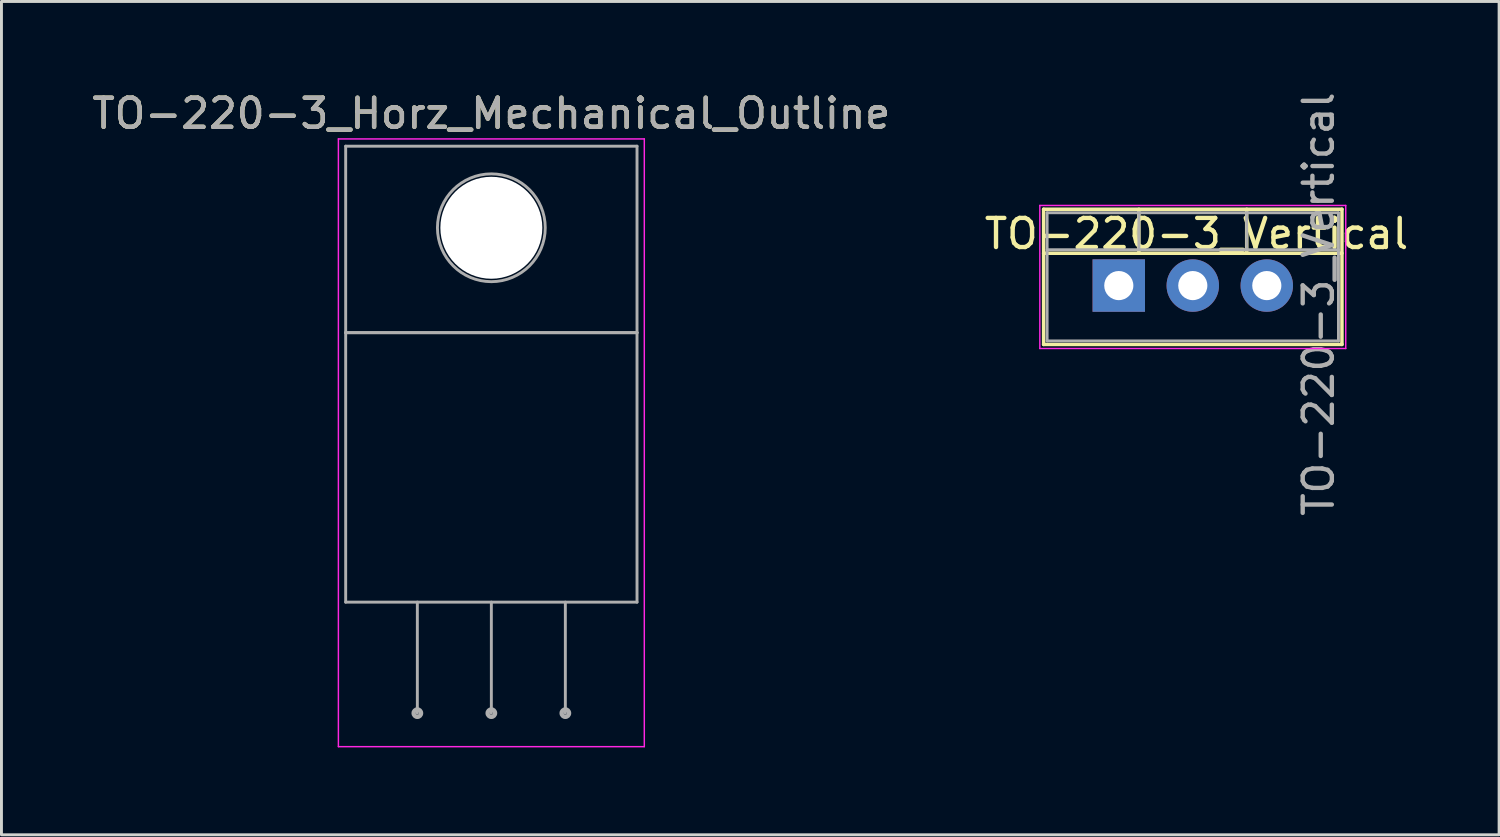
<source format=kicad_pcb>
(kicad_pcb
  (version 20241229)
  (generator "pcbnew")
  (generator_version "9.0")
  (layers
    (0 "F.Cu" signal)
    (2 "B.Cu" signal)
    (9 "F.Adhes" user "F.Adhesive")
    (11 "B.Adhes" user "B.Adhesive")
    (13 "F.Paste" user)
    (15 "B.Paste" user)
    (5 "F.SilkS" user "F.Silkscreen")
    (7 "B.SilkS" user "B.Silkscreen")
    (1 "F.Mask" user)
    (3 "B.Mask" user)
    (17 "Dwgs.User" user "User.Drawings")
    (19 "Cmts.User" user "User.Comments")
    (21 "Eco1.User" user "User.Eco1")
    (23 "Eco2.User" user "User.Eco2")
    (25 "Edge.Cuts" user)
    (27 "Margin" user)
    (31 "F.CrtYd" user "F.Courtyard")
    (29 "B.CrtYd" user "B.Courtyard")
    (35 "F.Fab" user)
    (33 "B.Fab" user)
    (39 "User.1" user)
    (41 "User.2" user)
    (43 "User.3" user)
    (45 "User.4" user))
  (footprint "TO-220-3_Vertical"
    (layer "F.Cu")
    (at 35.351 6.752)
    (property "Reference" "TO-220-3_Vertical" (at 2.667 -1.778 0) (layer "F.SilkS") (effects (font (size 1 1) (thickness 0.15))))
    (attr through_hole)
    (fp_line (start -2.58 -2.62) (end -2.58 2.021) (stroke (width 0.12) (type solid)) (layer "F.SilkS"))
    (fp_line (start -2.58 -2.62) (end 7.66 -2.62) (stroke (width 0.12) (type solid)) (layer "F.SilkS"))
    (fp_line (start -2.58 -1.11) (end 7.66 -1.11) (stroke (width 0.12) (type solid)) (layer "F.SilkS"))
    (fp_line (start -2.58 2.021) (end 7.66 2.021) (stroke (width 0.12) (type solid)) (layer "F.SilkS"))
    (fp_line (start 0.69 -2.62) (end 0.69 -1.11) (stroke (width 0.12) (type solid)) (layer "F.SilkS"))
    (fp_line (start 4.391 -2.62) (end 4.391 -1.11) (stroke (width 0.12) (type solid)) (layer "F.SilkS"))
    (fp_line (start 7.66 -2.62) (end 7.66 2.021) (stroke (width 0.12) (type solid)) (layer "F.SilkS"))
    (fp_line (start -2.71 -2.75) (end -2.71 2.16) (stroke (width 0.05) (type solid)) (layer "F.CrtYd"))
    (fp_line (start -2.71 2.16) (end 7.79 2.16) (stroke (width 0.05) (type solid)) (layer "F.CrtYd"))
    (fp_line (start 7.79 -2.75) (end -2.71 -2.75) (stroke (width 0.05) (type solid)) (layer "F.CrtYd"))
    (fp_line (start 7.79 2.16) (end 7.79 -2.75) (stroke (width 0.05) (type solid)) (layer "F.CrtYd"))
    (fp_line (start -2.46 -2.5) (end -2.46 1.9) (stroke (width 0.1) (type solid)) (layer "F.Fab"))
    (fp_line (start -2.46 -1.23) (end 7.54 -1.23) (stroke (width 0.1) (type solid)) (layer "F.Fab"))
    (fp_line (start -2.46 1.9) (end 7.54 1.9) (stroke (width 0.1) (type solid)) (layer "F.Fab"))
    (fp_line (start 0.69 -2.5) (end 0.69 -1.23) (stroke (width 0.1) (type solid)) (layer "F.Fab"))
    (fp_line (start 4.39 -2.5) (end 4.39 -1.23) (stroke (width 0.1) (type solid)) (layer "F.Fab"))
    (fp_line (start 7.54 -2.5) (end -2.46 -2.5) (stroke (width 0.1) (type solid)) (layer "F.Fab"))
    (fp_line (start 7.54 1.9) (end 7.54 -2.5) (stroke (width 0.1) (type solid)) (layer "F.Fab"))
    (fp_text user "${REFERENCE}" (at 6.858 0.635 90) (layer "F.Fab") (effects (font (size 1 1) (thickness 0.15))))
    (pad "1" thru_hole rect (at 0 0) (size 1.8 1.8) (drill 1) (layers "*.Cu" "*.Mask"))
    (pad "2" thru_hole oval (at 2.54 0) (size 1.8 1.8) (drill 1) (layers "*.Cu" "*.Mask"))
    (pad "3" thru_hole oval (at 5.08 0) (size 1.8 1.8) (drill 1) (layers "*.Cu" "*.Mask")))
  (footprint "TO-220-3_Horz_Mechanical_Outline"
    (layer "F.Cu")
    (at 11.275 21.428)
    (property "Reference" "TO-220-3_Horz_Mechanical_Outline" (at 2.54 -20.58 0) (layer "F.SilkS") (effects (font (size 1 1) (thickness 0.15))))
    (attr through_hole)
    (fp_line (start -2.71 -19.71) (end -2.71 1.15) (stroke (width 0.05) (type solid)) (layer "F.CrtYd"))
    (fp_line (start -2.71 1.15) (end 7.79 1.15) (stroke (width 0.05) (type solid)) (layer "F.CrtYd"))
    (fp_line (start 7.79 -19.71) (end -2.71 -19.71) (stroke (width 0.05) (type solid)) (layer "F.CrtYd"))
    (fp_line (start 7.79 1.15) (end 7.79 -19.71) (stroke (width 0.05) (type solid)) (layer "F.CrtYd"))
    (fp_line (start -2.46 -19.46) (end 7.54 -19.46) (stroke (width 0.1) (type solid)) (layer "F.Fab"))
    (fp_line (start -2.46 -13.06) (end -2.46 -19.46) (stroke (width 0.1) (type solid)) (layer "F.Fab"))
    (fp_line (start -2.46 -13.06) (end 7.54 -13.06) (stroke (width 0.1) (type solid)) (layer "F.Fab"))
    (fp_line (start -2.46 -3.81) (end -2.46 -13.06) (stroke (width 0.1) (type solid)) (layer "F.Fab"))
    (fp_line (start 0 -3.81) (end 0 0) (stroke (width 0.1) (type solid)) (layer "F.Fab"))
    (fp_line (start 2.54 -3.81) (end 2.54 0) (stroke (width 0.1) (type solid)) (layer "F.Fab"))
    (fp_line (start 5.08 -3.81) (end 5.08 0) (stroke (width 0.1) (type solid)) (layer "F.Fab"))
    (fp_line (start 7.54 -19.46) (end 7.54 -13.06) (stroke (width 0.1) (type solid)) (layer "F.Fab"))
    (fp_line (start 7.54 -13.06) (end -2.46 -13.06) (stroke (width 0.1) (type solid)) (layer "F.Fab"))
    (fp_line (start 7.54 -13.06) (end 7.54 -3.81) (stroke (width 0.1) (type solid)) (layer "F.Fab"))
    (fp_line (start 7.54 -3.81) (end -2.46 -3.81) (stroke (width 0.1) (type solid)) (layer "F.Fab"))
    (fp_circle (center 0 0) (end 0.127 0) (stroke (width 0.15) (type solid)) (fill no) (layer "F.Fab"))
    (fp_circle (center 2.54 -16.66) (end 4.39 -16.66) (stroke (width 0.1) (type solid)) (fill no) (layer "F.Fab"))
    (fp_circle (center 2.54 0) (end 2.667 0) (stroke (width 0.15) (type solid)) (fill no) (layer "F.Fab"))
    (fp_circle (center 5.08 0) (end 5.207 0) (stroke (width 0.15) (type solid)) (fill no) (layer "F.Fab"))
    (fp_text user "${REFERENCE}" (at 2.54 -20.58 0) (layer "F.Fab") (effects (font (size 1 1) (thickness 0.15))))
    (pad "" np_thru_hole oval (at 2.54 -16.66) (size 3.5 3.5) (drill 3.5) (layers "*.Cu" "*.Mask")))
  (gr_rect
    (start -3 -3)
    (end 48.405 25.603)
    (stroke (width 0.1) (type default))
    (fill no)
    (layer "Edge.Cuts")))
</source>
